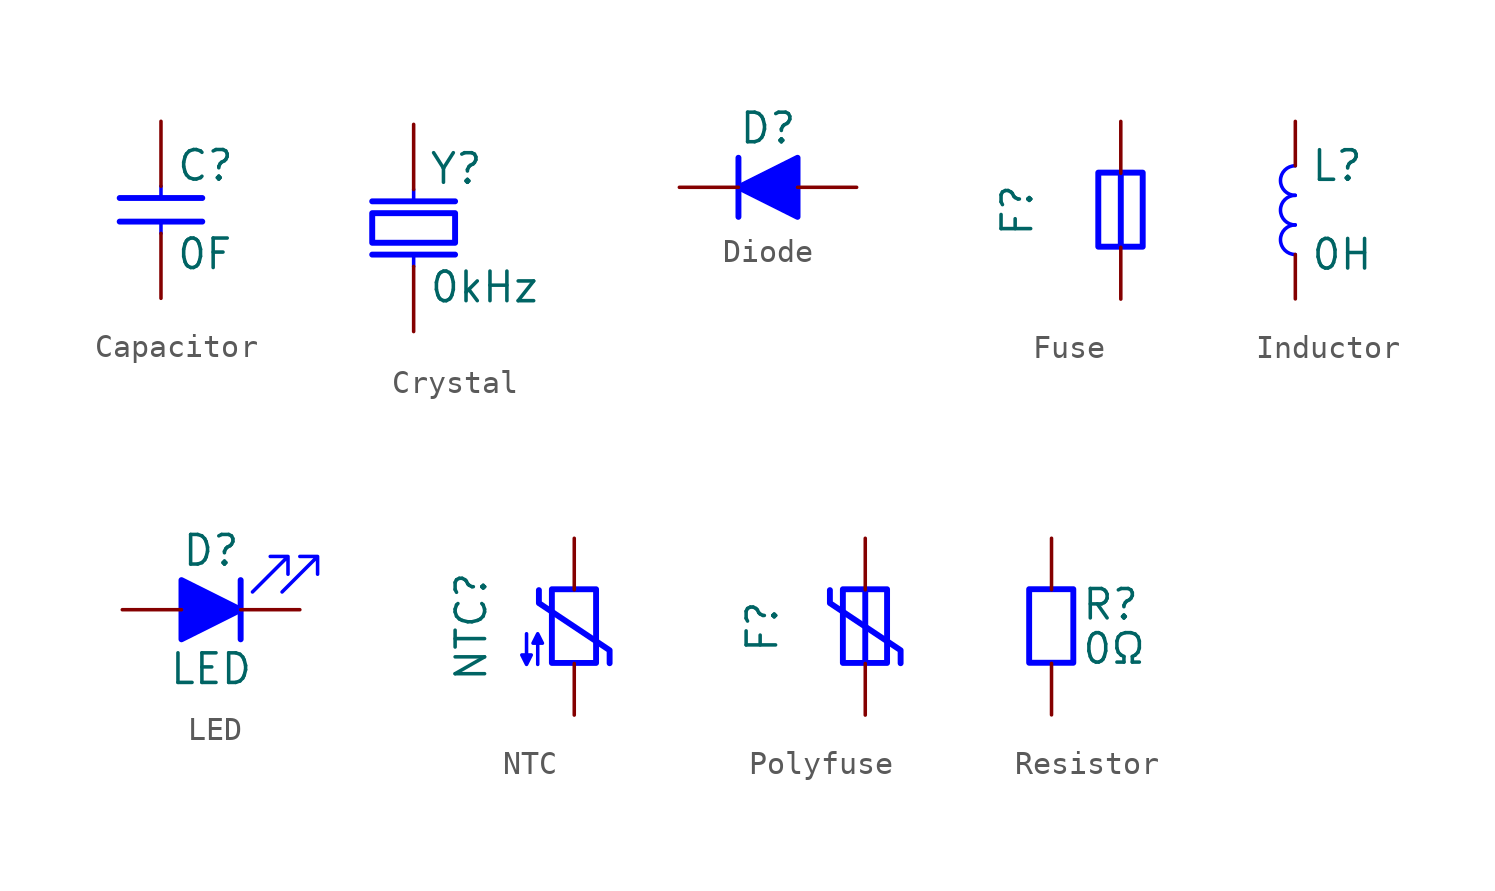
<source format=kicad_sym>
(kicad_symbol_lib
  (version 20241209)
  (generator "kicad_symbol_editor")
  (generator_version "9.0")
  (symbol "Capacitor"
    (pin_numbers
      (hide yes))
    (pin_names
      (offset 0.254))
    (property "Reference" "C"
      (at 0.635 1.905 0)
      (do_not_autoplace)
      (effects (font (size 1.27 1.27)) (justify left)))
    (property "Value" "0F"
      (at 0.635 -1.905 0)
      (do_not_autoplace)
      (effects (font (size 1.27 1.27)) (justify left)))
    (symbol "Capacitor_1_1"
      (polyline (pts (xy -1.778 0.508) (xy 1.778 0.508)) (stroke (width 0.254) (type default) (color 0 0 255 1)) (fill (type none)))
      (polyline (pts (xy -1.778 -0.508) (xy 1.778 -0.508)) (stroke (width 0.254) (type default) (color 0 0 255 1)) (fill (type none)))
      (polyline (pts (xy 0 1.016) (xy 0 0.508)) (stroke (width 0) (type default) (color 0 0 255 1)) (fill (type none)))
      (polyline (pts (xy 0 -0.508) (xy 0 -1.016)) (stroke (width 0) (type default) (color 0 0 255 1)) (fill (type none)))
      (pin passive line (at 0 3.81 270) (length 2.794) (name "~" (effects (font (size 1.27 1.27)))) (number "1" (effects (font (size 1.27 1.27)))))
      (pin passive line (at 0 -3.81 90) (length 2.794) (name "~" (effects (font (size 1.27 1.27)))) (number "2" (effects (font (size 1.27 1.27)))))))
  (symbol "Crystal"
    (pin_numbers
      (hide yes))
    (pin_names
      (offset 0.254))
    (property "Reference" "Y"
      (at 0.635 2.54 0)
      (do_not_autoplace)
      (effects (font (size 1.27 1.27)) (justify left)))
    (property "Value" "0kHz"
      (at 0.635 -2.54 0)
      (do_not_autoplace)
      (effects (font (size 1.27 1.27)) (justify left)))
    (symbol "Crystal_0_1"
      (rectangle (start -1.778 0.635) (end 1.778 -0.635) (stroke (width 0.254) (type default) (color 0 0 255 1)) (fill (type none))))
    (symbol "Crystal_1_1"
      (polyline (pts (xy -1.778 1.143) (xy 1.778 1.143)) (stroke (width 0.254) (type default) (color 0 0 255 1)) (fill (type none)))
      (polyline (pts (xy -1.778 -1.143) (xy 1.778 -1.143)) (stroke (width 0.254) (type default) (color 0 0 255 1)) (fill (type none)))
      (polyline (pts (xy 0 1.651) (xy 0 1.143)) (stroke (width 0) (type default) (color 0 0 255 1)) (fill (type none)))
      (polyline (pts (xy 0 -1.143) (xy 0 -1.651)) (stroke (width 0) (type default) (color 0 0 255 1)) (fill (type none)))
      (pin passive line (at 0 4.445 270) (length 2.794) (name "~" (effects (font (size 1.27 1.27)))) (number "1" (effects (font (size 1.27 1.27)))))
      (pin passive line (at 0 -4.445 90) (length 2.794) (name "~" (effects (font (size 1.27 1.27)))) (number "2" (effects (font (size 1.27 1.27)))))))
  (symbol "Diode"
    (pin_numbers
      (hide yes))
    (pin_names
      (offset 1.016)
      (hide yes))
    (property "Reference" "D"
      (at 0 2.54 0)
      (effects (font (size 1.27 1.27))))
    (symbol "Diode_0_1"
      (polyline (pts (xy -1.27 1.27) (xy -1.27 -1.27)) (stroke (width 0.254) (type default) (color 0 0 255 1)) (fill (type none)))
      (polyline (pts (xy 1.27 1.27) (xy 1.27 -1.27) (xy -1.27 0) (xy 1.27 1.27)) (stroke (width 0.254) (type default) (color 0 0 255 1)) (fill (type outline)))
      (polyline (pts (xy 1.27 0) (xy -1.27 0)) (stroke (width 0.254) (type default) (color 0 0 255 1)) (fill (type none))))
    (symbol "Diode_1_1"
      (pin passive line (at -3.81 0 0) (length 2.54) (name "K" (effects (font (size 1.27 1.27)))) (number "1" (effects (font (size 1.27 1.27)))))
      (pin passive line (at 3.81 0 180) (length 2.54) (name "A" (effects (font (size 1.27 1.27)))) (number "2" (effects (font (size 1.27 1.27)))))))
  (symbol "Fuse"
    (pin_numbers
      (hide yes))
    (pin_names
      (offset 0))
    (property "Reference" "F"
      (at -4.445 0 90)
      (effects (font (size 1.27 1.27))))
    (symbol "Fuse_1_1"
      (rectangle (start -0.965 1.613) (end 0.94 -1.562) (stroke (width 0.254) (type default) (color 0 0 255 1)) (fill (type none)))
      (polyline (pts (xy 0 1.524) (xy 0 -1.524)) (stroke (width 0.254) (type solid) (color 0 0 255 1)) (fill (type none)))
      (pin passive line (at 0 3.81 270) (length 2.223) (name "~" (effects (font (size 1.27 1.27)))) (number "1" (effects (font (size 1.27 1.27)))))
      (pin passive line (at 0 -3.81 90) (length 2.223) (name "~" (effects (font (size 1.27 1.27)))) (number "2" (effects (font (size 1.27 1.27)))))))
  (symbol "Inductor"
    (pin_numbers
      (hide yes))
    (pin_names
      (offset 0.254))
    (property "Reference" "L"
      (at 0.635 1.905 0)
      (do_not_autoplace)
      (effects (font (size 1.27 1.27)) (justify left)))
    (property "Value" "0H"
      (at 0.635 -1.905 0)
      (do_not_autoplace)
      (effects (font (size 1.27 1.27)) (justify left)))
    (symbol "Inductor_0_1"
      (arc (start -0.0027 0.635) (mid -0.635 1.27) (end -0.0027 1.905) (stroke (width 0) (type default) (color 0 0 255 1)) (fill (type none)))
      (arc (start -0.0027 -0.635) (mid -0.635 0) (end -0.0027 0.635) (stroke (width 0) (type default) (color 0 0 255 1)) (fill (type none)))
      (arc (start -0.0027 -1.905) (mid -0.635 -1.27) (end -0.0027 -0.635) (stroke (width 0) (type default) (color 0 0 255 1)) (fill (type none))))
    (symbol "Inductor_1_1"
      (pin passive line (at 0 3.81 270) (length 1.905) (name "~" (effects (font (size 1.27 1.27)))) (number "1" (effects (font (size 1.27 1.27)))))
      (pin passive line (at 0 -3.81 90) (length 1.905) (name "~" (effects (font (size 1.27 1.27)))) (number "2" (effects (font (size 1.27 1.27)))))))
  (symbol "LED"
    (pin_numbers
      (hide yes))
    (pin_names
      (offset 1.016)
      (hide yes))
    (property "Reference" "D"
      (at 0 2.54 0)
      (do_not_autoplace)
      (effects (font (size 1.27 1.27))))
    (property "Value" "LED"
      (at 0 -2.54 0)
      (do_not_autoplace)
      (effects (font (size 1.27 1.27))))
    (symbol "LED_0_1"
      (polyline (pts (xy -1.27 -1.27) (xy -1.27 1.27) (xy 1.27 0) (xy -1.27 -1.27)) (stroke (width 0.254) (type default) (color 0 0 255 1)) (fill (type outline)))
      (polyline (pts (xy 1.27 1.27) (xy 1.27 -1.27)) (stroke (width 0.254) (type default) (color 0 0 255 1)) (fill (type none)))
      (polyline (pts (xy 1.27 0) (xy -1.27 0)) (stroke (width 0.254) (type default) (color 0 0 255 1)) (fill (type none)))
      (polyline (pts (xy 1.778 0.762) (xy 3.302 2.286) (xy 2.54 2.286) (xy 3.302 2.286) (xy 3.302 1.524)) (stroke (width 0) (type default) (color 0 0 255 1)) (fill (type none)))
      (polyline (pts (xy 3.048 0.762) (xy 4.572 2.286) (xy 3.81 2.286) (xy 4.572 2.286) (xy 4.572 1.524)) (stroke (width 0) (type default) (color 0 0 255 1)) (fill (type none))))
    (symbol "LED_1_1"
      (pin passive line (at -3.81 0 0) (length 2.54) (name "K" (effects (font (size 1.27 1.27)))) (number "1" (effects (font (size 1.27 1.27)))))
      (pin passive line (at 3.81 0 180) (length 2.54) (name "A" (effects (font (size 1.27 1.27)))) (number "2" (effects (font (size 1.27 1.27)))))))
  (symbol "NTC"
    (pin_numbers
      (hide yes))
    (pin_names
      (offset 0))
    (property "Reference" "NTC"
      (at -4.445 0 90)
      (effects (font (size 1.27 1.27))))
    (symbol "NTC_1_1"
      (polyline (pts (xy -2.057 -0.305) (xy -2.057 -1.626) (xy -1.854 -1.219) (xy -2.261 -1.219) (xy -2.057 -1.626) (xy -2.057 -1.626)) (stroke (width 0) (type default) (color 0 0 255 1)) (fill (type color) (color 0 0 255 1)))
      (polyline (pts (xy -1.575 -1.626) (xy -1.575 -0.305) (xy -1.778 -0.711) (xy -1.372 -0.711) (xy -1.575 -0.305) (xy -1.575 -0.305)) (stroke (width 0) (type default) (color 0 0 255 1)) (fill (type color) (color 0 0 255 1)))
      (polyline (pts (xy -1.524 1.575) (xy -1.524 1.016) (xy 1.524 -1.016) (xy 1.524 -1.575)) (stroke (width 0.254) (type default) (color 0 0 255 1)) (fill (type none)))
      (rectangle (start -0.965 1.613) (end 0.94 -1.562) (stroke (width 0.254) (type default) (color 0 0 255 1)) (fill (type none)))
      (pin passive line (at 0 3.81 270) (length 2.223) (name "~" (effects (font (size 1.27 1.27)))) (number "1" (effects (font (size 1.27 1.27)))))
      (pin passive line (at 0 -3.81 90) (length 2.223) (name "~" (effects (font (size 1.27 1.27)))) (number "2" (effects (font (size 1.27 1.27)))))))
  (symbol "Polyfuse"
    (pin_numbers
      (hide yes))
    (pin_names
      (offset 0))
    (property "Reference" "F"
      (at -4.445 0 90)
      (effects (font (size 1.27 1.27))))
    (symbol "Polyfuse_1_1"
      (polyline (pts (xy -1.524 1.575) (xy -1.524 1.016) (xy 1.524 -1.016) (xy 1.524 -1.575)) (stroke (width 0.254) (type default) (color 0 0 255 1)) (fill (type none)))
      (rectangle (start -0.965 1.613) (end 0.94 -1.562) (stroke (width 0.254) (type default) (color 0 0 255 1)) (fill (type none)))
      (polyline (pts (xy 0 1.524) (xy 0 -1.524)) (stroke (width 0.254) (type solid) (color 0 0 255 1)) (fill (type none)))
      (pin passive line (at 0 3.81 270) (length 2.223) (name "~" (effects (font (size 1.27 1.27)))) (number "1" (effects (font (size 1.27 1.27)))))
      (pin passive line (at 0 -3.81 90) (length 2.223) (name "~" (effects (font (size 1.27 1.27)))) (number "2" (effects (font (size 1.27 1.27)))))))
  (symbol "Resistor"
    (pin_numbers
      (hide yes))
    (pin_names
      (offset 0))
    (property "Reference" "R"
      (at 1.27 0.953 0)
      (do_not_autoplace)
      (effects (font (size 1.27 1.27)) (justify left)))
    (property "Value" "0Ω"
      (at 1.27 -0.953 0)
      (do_not_autoplace)
      (effects (font (size 1.27 1.27)) (justify left)))
    (symbol "Resistor_1_1"
      (rectangle (start -0.965 1.613) (end 0.94 -1.562) (stroke (width 0.254) (type default) (color 0 0 255 1)) (fill (type none)))
      (pin passive line (at 0 3.81 270) (length 2.223) (name "~" (effects (font (size 1.27 1.27)))) (number "1" (effects (font (size 1.27 1.27)))))
      (pin passive line (at 0 -3.81 90) (length 2.223) (name "~" (effects (font (size 1.27 1.27)))) (number "2" (effects (font (size 1.27 1.27))))))))
</source>
